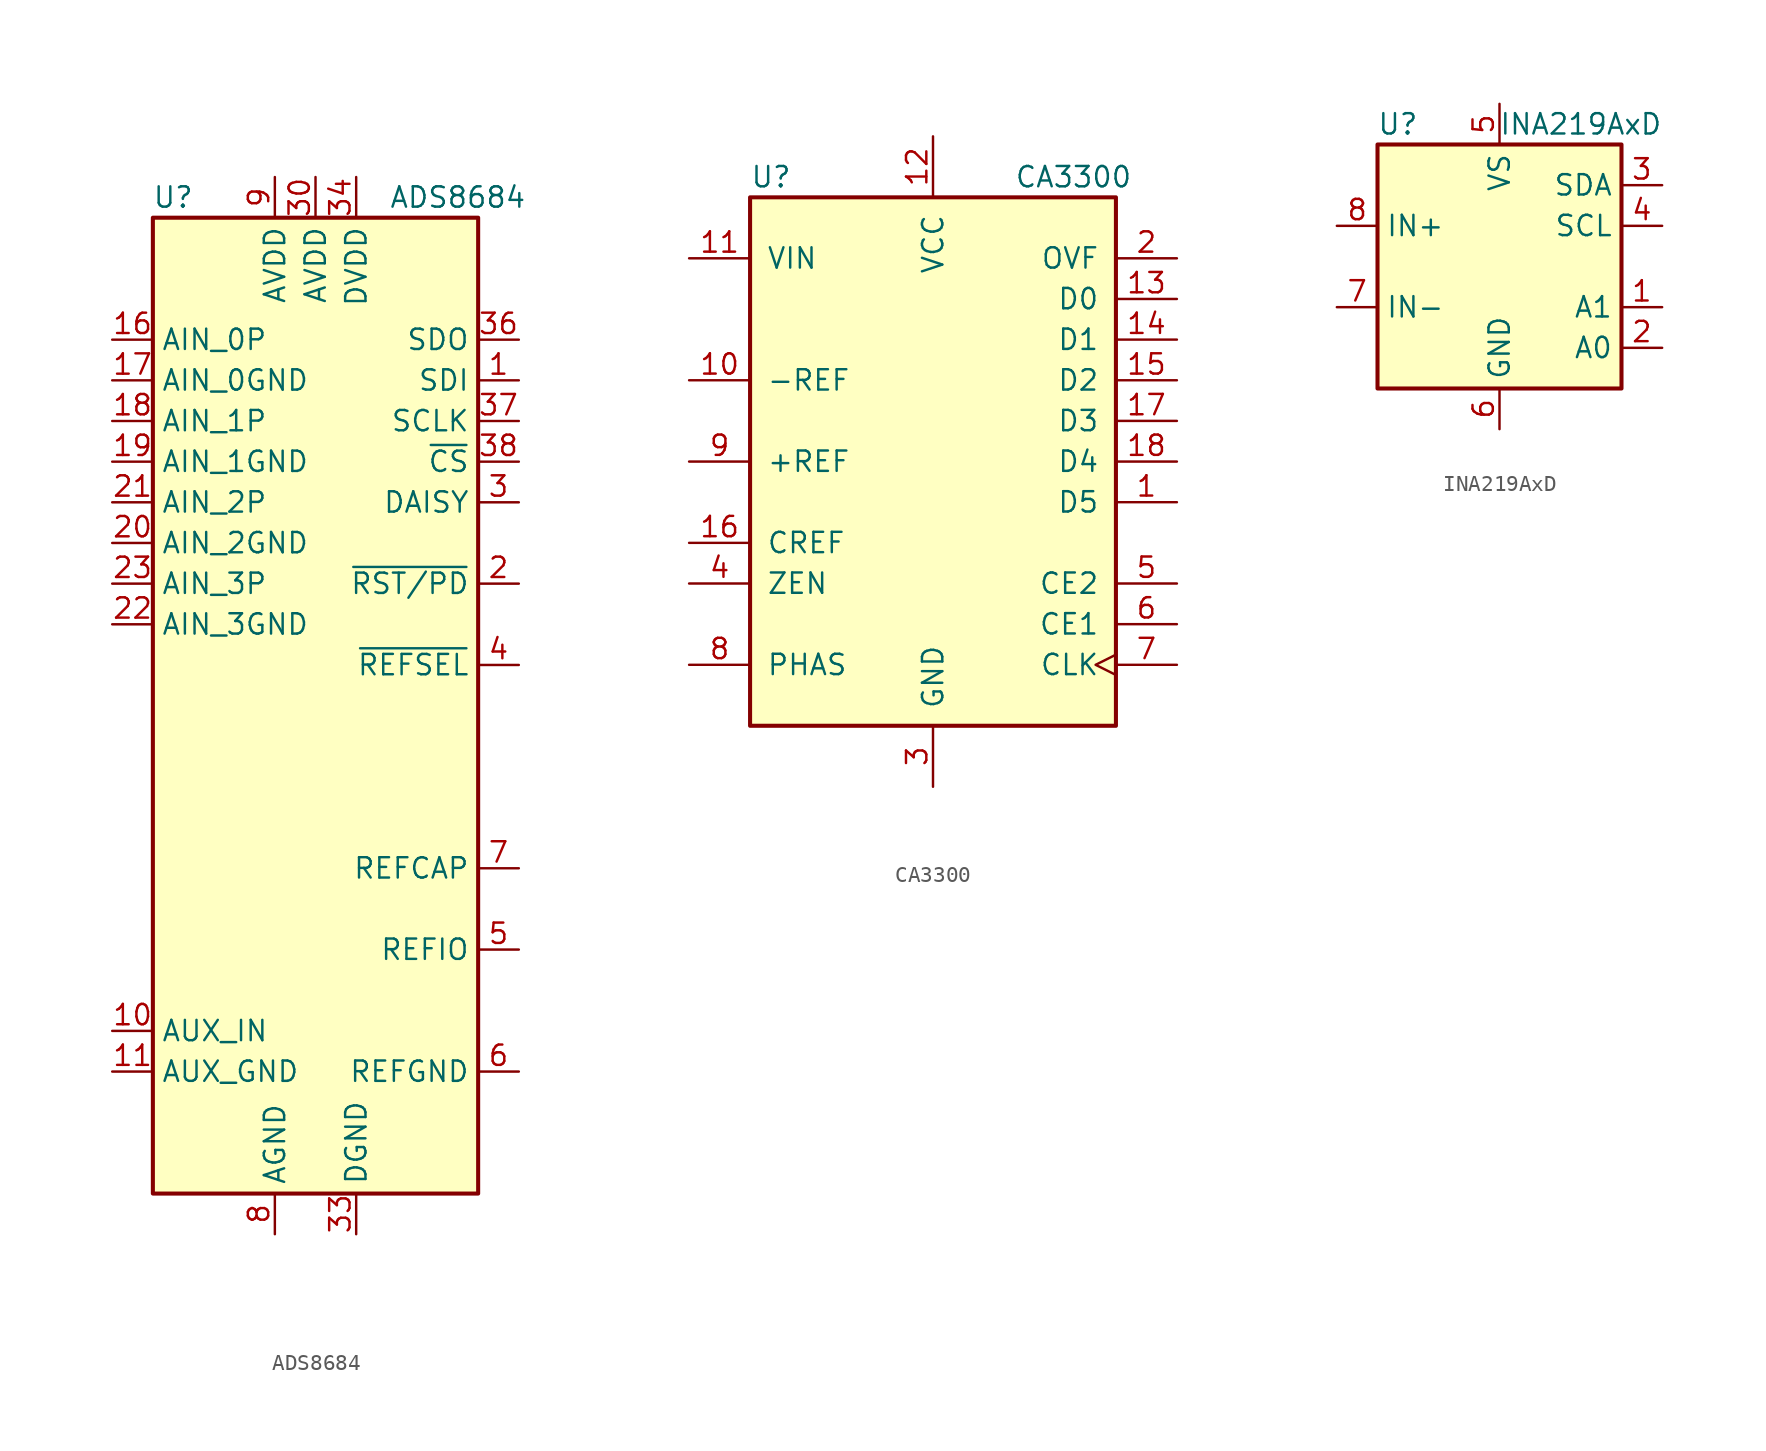
<source format=kicad_sym>
(kicad_symbol_lib
  (version 20211014)
  (generator kicad_symbol_editor)
  (symbol "ADS8684"
    (property "Reference" "U"
      (at -8.89 31.75 0)
      (effects (font (size 1.27 1.27))))
    (property "Value" "ADS8684"
      (at 8.89 31.75 0)
      (effects (font (size 1.27 1.27))))
    (symbol "ADS8684_0_1"
      (rectangle (start -10.16 30.48) (end 10.16 -30.48) (stroke (width 0.254) (type default) (color 0 0 0 0)) (fill (type background))))
    (symbol "ADS8684_1_1"
      (pin input line (at 12.7 20.32 180) (length 2.54) (name "SDI" (effects (font (size 1.27 1.27)))) (number "1" (effects (font (size 1.27 1.27)))))
      (pin input line (at -12.7 -20.32 0) (length 2.54) (name "AUX_IN" (effects (font (size 1.27 1.27)))) (number "10" (effects (font (size 1.27 1.27)))))
      (pin input line (at -12.7 -22.86 0) (length 2.54) (name "AUX_GND" (effects (font (size 1.27 1.27)))) (number "11" (effects (font (size 1.27 1.27)))))
      (pin no_connect line (at -10.16 -7.62 0) (length 2.54) hide (name "NC" (effects (font (size 1.27 1.27)))) (number "12" (effects (font (size 1.27 1.27)))))
      (pin no_connect line (at -10.16 -10.16 0) (length 2.54) hide (name "NC" (effects (font (size 1.27 1.27)))) (number "13" (effects (font (size 1.27 1.27)))))
      (pin no_connect line (at -10.16 -12.7 0) (length 2.54) hide (name "NC" (effects (font (size 1.27 1.27)))) (number "14" (effects (font (size 1.27 1.27)))))
      (pin no_connect line (at -10.16 -15.24 0) (length 2.54) hide (name "NC" (effects (font (size 1.27 1.27)))) (number "15" (effects (font (size 1.27 1.27)))))
      (pin input line (at -12.7 22.86 0) (length 2.54) (name "AIN_0P" (effects (font (size 1.27 1.27)))) (number "16" (effects (font (size 1.27 1.27)))))
      (pin input line (at -12.7 20.32 0) (length 2.54) (name "AIN_0GND" (effects (font (size 1.27 1.27)))) (number "17" (effects (font (size 1.27 1.27)))))
      (pin input line (at -12.7 17.78 0) (length 2.54) (name "AIN_1P" (effects (font (size 1.27 1.27)))) (number "18" (effects (font (size 1.27 1.27)))))
      (pin input line (at -12.7 15.24 0) (length 2.54) (name "AIN_1GND" (effects (font (size 1.27 1.27)))) (number "19" (effects (font (size 1.27 1.27)))))
      (pin input line (at 12.7 7.62 180) (length 2.54) (name "~{RST/PD}" (effects (font (size 1.27 1.27)))) (number "2" (effects (font (size 1.27 1.27)))))
      (pin input line (at -12.7 10.16 0) (length 2.54) (name "AIN_2GND" (effects (font (size 1.27 1.27)))) (number "20" (effects (font (size 1.27 1.27)))))
      (pin input line (at -12.7 12.7 0) (length 2.54) (name "AIN_2P" (effects (font (size 1.27 1.27)))) (number "21" (effects (font (size 1.27 1.27)))))
      (pin input line (at -12.7 5.08 0) (length 2.54) (name "AIN_3GND" (effects (font (size 1.27 1.27)))) (number "22" (effects (font (size 1.27 1.27)))))
      (pin input line (at -12.7 7.62 0) (length 2.54) (name "AIN_3P" (effects (font (size 1.27 1.27)))) (number "23" (effects (font (size 1.27 1.27)))))
      (pin no_connect line (at -10.16 0 0) (length 2.54) hide (name "NC" (effects (font (size 1.27 1.27)))) (number "24" (effects (font (size 1.27 1.27)))))
      (pin no_connect line (at -10.16 2.54 0) (length 2.54) hide (name "NC" (effects (font (size 1.27 1.27)))) (number "25" (effects (font (size 1.27 1.27)))))
      (pin no_connect line (at -10.16 -5.08 0) (length 2.54) hide (name "NC" (effects (font (size 1.27 1.27)))) (number "26" (effects (font (size 1.27 1.27)))))
      (pin no_connect line (at -10.16 -2.54 0) (length 2.54) hide (name "NC" (effects (font (size 1.27 1.27)))) (number "27" (effects (font (size 1.27 1.27)))))
      (pin passive line (at -2.54 -33.02 90) (length 2.54) hide (name "AGND" (effects (font (size 1.27 1.27)))) (number "28" (effects (font (size 1.27 1.27)))))
      (pin passive line (at -2.54 -33.02 90) (length 2.54) hide (name "AGND" (effects (font (size 1.27 1.27)))) (number "29" (effects (font (size 1.27 1.27)))))
      (pin input line (at 12.7 12.7 180) (length 2.54) (name "DAISY" (effects (font (size 1.27 1.27)))) (number "3" (effects (font (size 1.27 1.27)))))
      (pin power_in line (at 0 33.02 270) (length 2.54) (name "AVDD" (effects (font (size 1.27 1.27)))) (number "30" (effects (font (size 1.27 1.27)))))
      (pin passive line (at -2.54 -33.02 90) (length 2.54) hide (name "AGND" (effects (font (size 1.27 1.27)))) (number "31" (effects (font (size 1.27 1.27)))))
      (pin passive line (at -2.54 -33.02 90) (length 2.54) hide (name "AGND" (effects (font (size 1.27 1.27)))) (number "32" (effects (font (size 1.27 1.27)))))
      (pin power_in line (at 2.54 -33.02 90) (length 2.54) (name "DGND" (effects (font (size 1.27 1.27)))) (number "33" (effects (font (size 1.27 1.27)))))
      (pin power_in line (at 2.54 33.02 270) (length 2.54) (name "DVDD" (effects (font (size 1.27 1.27)))) (number "34" (effects (font (size 1.27 1.27)))))
      (pin no_connect line (at 10.16 -5.08 180) (length 2.54) hide (name "DNC" (effects (font (size 1.27 1.27)))) (number "35" (effects (font (size 1.27 1.27)))))
      (pin output line (at 12.7 22.86 180) (length 2.54) (name "SDO" (effects (font (size 1.27 1.27)))) (number "36" (effects (font (size 1.27 1.27)))))
      (pin input line (at 12.7 17.78 180) (length 2.54) (name "SCLK" (effects (font (size 1.27 1.27)))) (number "37" (effects (font (size 1.27 1.27)))))
      (pin input line (at 12.7 15.24 180) (length 2.54) (name "~{CS}" (effects (font (size 1.27 1.27)))) (number "38" (effects (font (size 1.27 1.27)))))
      (pin input line (at 12.7 2.54 180) (length 2.54) (name "~{REFSEL}" (effects (font (size 1.27 1.27)))) (number "4" (effects (font (size 1.27 1.27)))))
      (pin passive line (at 12.7 -15.24 180) (length 2.54) (name "REFIO" (effects (font (size 1.27 1.27)))) (number "5" (effects (font (size 1.27 1.27)))))
      (pin power_in line (at 12.7 -22.86 180) (length 2.54) (name "REFGND" (effects (font (size 1.27 1.27)))) (number "6" (effects (font (size 1.27 1.27)))))
      (pin passive line (at 12.7 -10.16 180) (length 2.54) (name "REFCAP" (effects (font (size 1.27 1.27)))) (number "7" (effects (font (size 1.27 1.27)))))
      (pin power_in line (at -2.54 -33.02 90) (length 2.54) (name "AGND" (effects (font (size 1.27 1.27)))) (number "8" (effects (font (size 1.27 1.27)))))
      (pin power_in line (at -2.54 33.02 270) (length 2.54) (name "AVDD" (effects (font (size 1.27 1.27)))) (number "9" (effects (font (size 1.27 1.27)))))))
  (symbol "CA3300"
    (pin_names
      (offset 1.016))
    (property "Reference" "U"
      (at -11.43 17.78 0)
      (effects (font (size 1.27 1.27)) (justify left)))
    (property "Value" "CA3300"
      (at 5.08 17.78 0)
      (effects (font (size 1.27 1.27)) (justify left)))
    (symbol "CA3300_0_1"
      (rectangle (start -11.43 -16.51) (end 11.43 16.51) (stroke (width 0.254) (type default) (color 0 0 0 0)) (fill (type background))))
    (symbol "CA3300_1_1"
      (pin tri_state line (at 15.24 -2.54 180) (length 3.81) (name "D5" (effects (font (size 1.27 1.27)))) (number "1" (effects (font (size 1.27 1.27)))))
      (pin input line (at -15.24 5.08 0) (length 3.81) (name "-REF" (effects (font (size 1.27 1.27)))) (number "10" (effects (font (size 1.27 1.27)))))
      (pin input line (at -15.24 12.7 0) (length 3.81) (name "VIN" (effects (font (size 1.27 1.27)))) (number "11" (effects (font (size 1.27 1.27)))))
      (pin power_in line (at 0 20.32 270) (length 3.81) (name "VCC" (effects (font (size 1.27 1.27)))) (number "12" (effects (font (size 1.27 1.27)))))
      (pin tri_state line (at 15.24 10.16 180) (length 3.81) (name "D0" (effects (font (size 1.27 1.27)))) (number "13" (effects (font (size 1.27 1.27)))))
      (pin tri_state line (at 15.24 7.62 180) (length 3.81) (name "D1" (effects (font (size 1.27 1.27)))) (number "14" (effects (font (size 1.27 1.27)))))
      (pin tri_state line (at 15.24 5.08 180) (length 3.81) (name "D2" (effects (font (size 1.27 1.27)))) (number "15" (effects (font (size 1.27 1.27)))))
      (pin input line (at -15.24 -5.08 0) (length 3.81) (name "CREF" (effects (font (size 1.27 1.27)))) (number "16" (effects (font (size 1.27 1.27)))))
      (pin tri_state line (at 15.24 2.54 180) (length 3.81) (name "D3" (effects (font (size 1.27 1.27)))) (number "17" (effects (font (size 1.27 1.27)))))
      (pin tri_state line (at 15.24 0 180) (length 3.81) (name "D4" (effects (font (size 1.27 1.27)))) (number "18" (effects (font (size 1.27 1.27)))))
      (pin tri_state line (at 15.24 12.7 180) (length 3.81) (name "OVF" (effects (font (size 1.27 1.27)))) (number "2" (effects (font (size 1.27 1.27)))))
      (pin power_in line (at 0 -20.32 90) (length 3.81) (name "GND" (effects (font (size 1.27 1.27)))) (number "3" (effects (font (size 1.27 1.27)))))
      (pin input line (at -15.24 -7.62 0) (length 3.81) (name "ZEN" (effects (font (size 1.27 1.27)))) (number "4" (effects (font (size 1.27 1.27)))))
      (pin input line (at 15.24 -7.62 180) (length 3.81) (name "CE2" (effects (font (size 1.27 1.27)))) (number "5" (effects (font (size 1.27 1.27)))))
      (pin input line (at 15.24 -10.16 180) (length 3.81) (name "CE1" (effects (font (size 1.27 1.27)))) (number "6" (effects (font (size 1.27 1.27)))))
      (pin input clock (at 15.24 -12.7 180) (length 3.81) (name "CLK" (effects (font (size 1.27 1.27)))) (number "7" (effects (font (size 1.27 1.27)))))
      (pin input line (at -15.24 -12.7 0) (length 3.81) (name "PHAS" (effects (font (size 1.27 1.27)))) (number "8" (effects (font (size 1.27 1.27)))))
      (pin input line (at -15.24 0 0) (length 3.81) (name "+REF" (effects (font (size 1.27 1.27)))) (number "9" (effects (font (size 1.27 1.27)))))))
  (symbol "INA219AxD"
    (property "Reference" "U"
      (at -6.35 8.89 0)
      (effects (font (size 1.27 1.27))))
    (property "Value" "INA219AxD"
      (at 5.08 8.89 0)
      (effects (font (size 1.27 1.27))))
    (symbol "INA219AxD_0_1"
      (rectangle (start -7.62 7.62) (end 7.62 -7.62) (stroke (width 0.254) (type default) (color 0 0 0 0)) (fill (type background))))
    (symbol "INA219AxD_1_1"
      (pin input line (at 10.16 -2.54 180) (length 2.54) (name "A1" (effects (font (size 1.27 1.27)))) (number "1" (effects (font (size 1.27 1.27)))))
      (pin input line (at 10.16 -5.08 180) (length 2.54) (name "A0" (effects (font (size 1.27 1.27)))) (number "2" (effects (font (size 1.27 1.27)))))
      (pin bidirectional line (at 10.16 5.08 180) (length 2.54) (name "SDA" (effects (font (size 1.27 1.27)))) (number "3" (effects (font (size 1.27 1.27)))))
      (pin input line (at 10.16 2.54 180) (length 2.54) (name "SCL" (effects (font (size 1.27 1.27)))) (number "4" (effects (font (size 1.27 1.27)))))
      (pin power_in line (at 0 10.16 270) (length 2.54) (name "VS" (effects (font (size 1.27 1.27)))) (number "5" (effects (font (size 1.27 1.27)))))
      (pin power_in line (at 0 -10.16 90) (length 2.54) (name "GND" (effects (font (size 1.27 1.27)))) (number "6" (effects (font (size 1.27 1.27)))))
      (pin input line (at -10.16 -2.54 0) (length 2.54) (name "IN-" (effects (font (size 1.27 1.27)))) (number "7" (effects (font (size 1.27 1.27)))))
      (pin input line (at -10.16 2.54 0) (length 2.54) (name "IN+" (effects (font (size 1.27 1.27)))) (number "8" (effects (font (size 1.27 1.27))))))))
</source>
